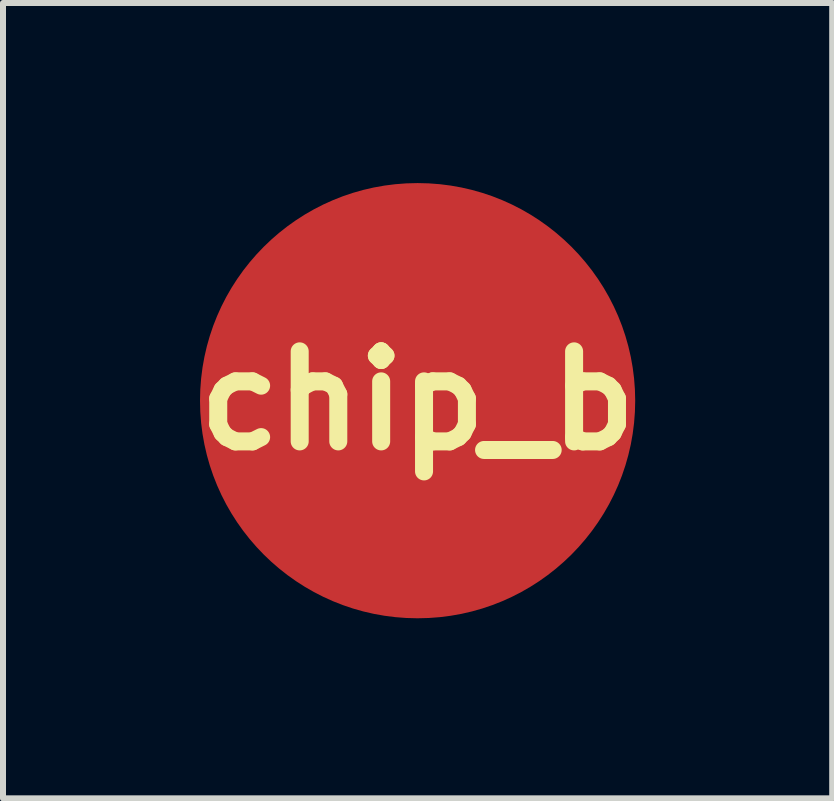
<source format=kicad_pcb>
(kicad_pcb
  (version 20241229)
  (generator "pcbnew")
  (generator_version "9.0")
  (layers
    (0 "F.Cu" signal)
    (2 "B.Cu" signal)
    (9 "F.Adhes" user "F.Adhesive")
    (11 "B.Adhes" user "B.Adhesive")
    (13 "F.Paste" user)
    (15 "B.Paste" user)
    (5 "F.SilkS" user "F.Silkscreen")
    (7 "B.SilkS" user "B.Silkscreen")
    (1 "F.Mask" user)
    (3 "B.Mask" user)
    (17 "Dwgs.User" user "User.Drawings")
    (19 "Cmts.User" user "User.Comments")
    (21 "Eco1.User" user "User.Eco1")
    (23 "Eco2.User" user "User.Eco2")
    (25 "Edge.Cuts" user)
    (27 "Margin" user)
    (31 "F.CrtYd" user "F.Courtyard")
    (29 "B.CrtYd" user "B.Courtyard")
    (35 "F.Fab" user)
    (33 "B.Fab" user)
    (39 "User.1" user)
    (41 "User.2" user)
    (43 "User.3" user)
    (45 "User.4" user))
  (footprint "chip_b"
    (layer "F.Cu")
    (at 3.907 3.625)
    (property "Reference" "chip_b" (at 0 0 0) (layer "F.SilkS") (effects (font (size 1.5 1.5) (thickness 0.3))))
    (attr board_only exclude_from_pos_files exclude_from_bom)
    (fp_poly (pts (xy 0.08 -3.498) (xy 0.198 -3.494) (xy 0.242 -3.491) (xy 0.358 -3.481) (xy 0.474 -3.468) (xy 0.59 -3.45) (xy 0.704 -3.429) (xy 0.818 -3.403) (xy 0.931 -3.374) (xy 1.043 -3.341) (xy 1.154 -3.305) (xy 1.263 -3.265) (xy 1.371 -3.221) (xy 1.478 -3.173) (xy 1.583 -3.122) (xy 1.686 -3.068) (xy 1.709 -3.054) (xy 1.811 -2.995) (xy 1.91 -2.933) (xy 2.007 -2.867) (xy 2.102 -2.798) (xy 2.195 -2.726) (xy 2.286 -2.65) (xy 2.298 -2.64) (xy 2.342 -2.601) (xy 2.388 -2.559) (xy 2.434 -2.514) (xy 2.48 -2.469) (xy 2.525 -2.423) (xy 2.569 -2.377) (xy 2.61 -2.332) (xy 2.617 -2.324) (xy 2.693 -2.236) (xy 2.766 -2.145) (xy 2.836 -2.052) (xy 2.903 -1.956) (xy 2.966 -1.858) (xy 3.027 -1.758) (xy 3.084 -1.657) (xy 3.137 -1.553) (xy 3.187 -1.448) (xy 3.212 -1.392) (xy 3.257 -1.284) (xy 3.298 -1.175) (xy 3.335 -1.065) (xy 3.368 -0.954) (xy 3.398 -0.843) (xy 3.424 -0.73) (xy 3.446 -0.616) (xy 3.464 -0.503) (xy 3.479 -0.388) (xy 3.489 -0.273) (xy 3.497 -0.158) (xy 3.5 -0.043) (xy 3.499 0.072) (xy 3.495 0.187) (xy 3.487 0.302) (xy 3.476 0.417) (xy 3.46 0.531) (xy 3.441 0.645) (xy 3.418 0.758) (xy 3.391 0.87) (xy 3.361 0.982) (xy 3.326 1.093) (xy 3.288 1.203) (xy 3.252 1.296) (xy 3.207 1.405) (xy 3.158 1.511) (xy 3.105 1.616) (xy 3.05 1.719) (xy 2.991 1.82) (xy 2.928 1.918) (xy 2.862 2.015) (xy 2.794 2.109) (xy 2.722 2.201) (xy 2.647 2.291) (xy 2.569 2.377) (xy 2.488 2.462) (xy 2.405 2.544) (xy 2.318 2.623) (xy 2.229 2.699) (xy 2.137 2.772) (xy 2.043 2.843) (xy 2.034 2.849) (xy 1.937 2.916) (xy 1.838 2.979) (xy 1.737 3.039) (xy 1.635 3.095) (xy 1.531 3.148) (xy 1.426 3.197) (xy 1.319 3.243) (xy 1.211 3.285) (xy 1.101 3.323) (xy 0.991 3.358) (xy 0.879 3.389) (xy 0.766 3.416) (xy 0.652 3.439) (xy 0.537 3.459) (xy 0.422 3.475) (xy 0.306 3.487) (xy 0.189 3.495) (xy 0.072 3.499) (xy -0.046 3.5) (xy -0.124 3.498) (xy -0.242 3.492) (xy -0.359 3.482) (xy -0.476 3.468) (xy -0.592 3.45) (xy -0.707 3.429) (xy -0.821 3.403) (xy -0.935 3.374) (xy -1.047 3.34) (xy -1.159 3.303) (xy -1.269 3.263) (xy -1.379 3.218) (xy -1.463 3.181) (xy -1.478 3.174) (xy -1.496 3.165) (xy -1.517 3.155) (xy -1.539 3.144) (xy -1.562 3.132) (xy -1.585 3.121) (xy -1.608 3.109) (xy -1.63 3.098) (xy -1.65 3.087) (xy -1.668 3.078) (xy -1.68 3.071) (xy -1.78 3.014) (xy -1.877 2.954) (xy -1.972 2.892) (xy -2.064 2.827) (xy -2.154 2.759) (xy -2.242 2.688) (xy -2.328 2.613) (xy -2.392 2.555) (xy -2.405 2.542) (xy -2.421 2.527) (xy -2.438 2.511) (xy -2.456 2.492) (xy -2.475 2.473) (xy -2.495 2.454) (xy -2.514 2.435) (xy -2.532 2.416) (xy -2.549 2.398) (xy -2.564 2.382) (xy -2.577 2.368) (xy -2.583 2.362) (xy -2.66 2.274) (xy -2.735 2.184) (xy -2.805 2.093) (xy -2.872 2) (xy -2.936 1.905) (xy -2.997 1.808) (xy -3.054 1.709) (xy -3.11 1.606) (xy -3.162 1.502) (xy -3.21 1.396) (xy -3.255 1.288) (xy -3.296 1.18) (xy -3.333 1.07) (xy -3.367 0.958) (xy -3.396 0.846) (xy -3.423 0.733) (xy -3.445 0.619) (xy -3.463 0.504) (xy -3.478 0.389) (xy -3.489 0.272) (xy -3.496 0.156) (xy -3.499 0.039) (xy -3.499 -0.018) (xy -3.058 -0.018) (xy -3.057 0.092) (xy -3.052 0.202) (xy -3.042 0.311) (xy -3.029 0.421) (xy -3.013 0.526) (xy -2.993 0.632) (xy -2.968 0.738) (xy -2.94 0.843) (xy -2.909 0.947) (xy -2.873 1.05) (xy -2.834 1.151) (xy -2.791 1.251) (xy -2.745 1.349) (xy -2.696 1.446) (xy -2.643 1.54) (xy -2.586 1.633) (xy -2.526 1.724) (xy -2.463 1.813) (xy -2.397 1.899) (xy -2.328 1.983) (xy -2.285 2.032) (xy -2.239 2.082) (xy -2.192 2.132) (xy -2.143 2.182) (xy -2.093 2.229) (xy -2.044 2.275) (xy -2.027 2.29) (xy -1.959 2.349) (xy -1.888 2.406) (xy -1.814 2.462) (xy -1.739 2.516) (xy -1.662 2.568) (xy -1.584 2.617) (xy -1.565 2.629) (xy -1.533 2.647) (xy -1.499 2.666) (xy -1.463 2.686) (xy -1.426 2.706) (xy -1.388 2.726) (xy -1.35 2.745) (xy -1.313 2.763) (xy -1.278 2.779) (xy -1.246 2.794) (xy -1.242 2.796) (xy -1.142 2.838) (xy -1.041 2.877) (xy -0.94 2.912) (xy -0.838 2.943) (xy -0.735 2.97) (xy -0.632 2.993) (xy -0.527 3.013) (xy -0.421 3.03) (xy -0.419 3.03) (xy -0.38 3.035) (xy -0.341 3.04) (xy -0.302 3.044) (xy -0.263 3.048) (xy -0.223 3.051) (xy -0.18 3.053) (xy -0.135 3.056) (xy -0.118 3.057) (xy -0.11 3.057) (xy -0.098 3.057) (xy -0.083 3.057) (xy -0.065 3.057) (xy -0.046 3.058) (xy -0.026 3.058) (xy -0.004 3.058) (xy 0.017 3.058) (xy 0.039 3.057) (xy 0.059 3.057) (xy 0.079 3.057) (xy 0.097 3.057) (xy 0.112 3.057) (xy 0.125 3.056) (xy 0.134 3.056) (xy 0.245 3.049) (xy 0.356 3.038) (xy 0.465 3.023) (xy 0.573 3.005) (xy 0.681 2.983) (xy 0.787 2.957) (xy 0.892 2.927) (xy 0.995 2.893) (xy 1.098 2.856) (xy 1.199 2.815) (xy 1.299 2.77) (xy 1.397 2.722) (xy 1.494 2.67) (xy 1.5 2.666) (xy 1.595 2.611) (xy 1.687 2.552) (xy 1.776 2.49) (xy 1.864 2.426) (xy 1.949 2.358) (xy 2.031 2.287) (xy 2.111 2.214) (xy 2.188 2.137) (xy 2.262 2.059) (xy 2.334 1.977) (xy 2.402 1.894) (xy 2.468 1.807) (xy 2.53 1.719) (xy 2.59 1.629) (xy 2.646 1.536) (xy 2.699 1.441) (xy 2.748 1.345) (xy 2.794 1.246) (xy 2.837 1.146) (xy 2.863 1.08) (xy 2.899 0.977) (xy 2.932 0.874) (xy 2.961 0.769) (xy 2.987 0.664) (xy 3.008 0.558) (xy 3.026 0.451) (xy 3.04 0.342) (xy 3.05 0.233) (xy 3.056 0.127) (xy 3.057 0.113) (xy 3.057 0.096) (xy 3.057 0.076) (xy 3.058 0.053) (xy 3.058 0.03) (xy 3.058 0.005) (xy 3.057 -0.021) (xy 3.057 -0.046) (xy 3.057 -0.071) (xy 3.057 -0.095) (xy 3.056 -0.117) (xy 3.056 -0.137) (xy 3.055 -0.155) (xy 3.055 -0.169) (xy 3.054 -0.176) (xy 3.048 -0.252) (xy 3.041 -0.325) (xy 3.033 -0.395) (xy 3.024 -0.464) (xy 3.013 -0.531) (xy 3 -0.599) (xy 2.987 -0.659) (xy 2.963 -0.762) (xy 2.936 -0.862) (xy 2.905 -0.961) (xy 2.871 -1.058) (xy 2.833 -1.155) (xy 2.792 -1.251) (xy 2.746 -1.346) (xy 2.738 -1.362) (xy 2.691 -1.453) (xy 2.642 -1.541) (xy 2.59 -1.627) (xy 2.536 -1.71) (xy 2.479 -1.792) (xy 2.418 -1.872) (xy 2.354 -1.952) (xy 2.34 -1.969) (xy 2.288 -2.03) (xy 2.232 -2.09) (xy 2.175 -2.15) (xy 2.115 -2.209) (xy 2.054 -2.265) (xy 1.993 -2.319) (xy 1.983 -2.328) (xy 1.899 -2.398) (xy 1.812 -2.464) (xy 1.723 -2.527) (xy 1.633 -2.587) (xy 1.54 -2.643) (xy 1.446 -2.696) (xy 1.35 -2.745) (xy 1.253 -2.791) (xy 1.154 -2.833) (xy 1.054 -2.872) (xy 0.952 -2.907) (xy 0.849 -2.938) (xy 0.745 -2.966) (xy 0.641 -2.991) (xy 0.535 -3.011) (xy 0.428 -3.028) (xy 0.321 -3.041) (xy 0.213 -3.051) (xy 0.104 -3.056) (xy -0.005 -3.058) (xy -0.114 -3.056) (xy -0.223 -3.05) (xy -0.333 -3.04) (xy -0.343 -3.039) (xy -0.452 -3.025) (xy -0.559 -3.007) (xy -0.666 -2.985) (xy -0.771 -2.96) (xy -0.876 -2.931) (xy -0.979 -2.898) (xy -1.081 -2.861) (xy -1.182 -2.821) (xy -1.281 -2.778) (xy -1.378 -2.73) (xy -1.474 -2.68) (xy -1.568 -2.626) (xy -1.66 -2.569) (xy -1.75 -2.508) (xy -1.838 -2.444) (xy -1.924 -2.377) (xy -2.008 -2.306) (xy -2.089 -2.233) (xy -2.141 -2.183) (xy -2.218 -2.105) (xy -2.292 -2.024) (xy -2.363 -1.94) (xy -2.431 -1.854) (xy -2.496 -1.767) (xy -2.558 -1.677) (xy -2.616 -1.585) (xy -2.671 -1.491) (xy -2.722 -1.395) (xy -2.77 -1.297) (xy -2.814 -1.198) (xy -2.855 -1.097) (xy -2.892 -0.995) (xy -2.926 -0.891) (xy -2.956 -0.786) (xy -2.982 -0.68) (xy -2.984 -0.67) (xy -3.006 -0.563) (xy -3.024 -0.455) (xy -3.039 -0.346) (xy -3.049 -0.237) (xy -3.055 -0.127) (xy -3.058 -0.018) (xy -3.499 -0.018) (xy -3.499 -0.079) (xy -3.494 -0.197) (xy -3.486 -0.305) (xy -3.474 -0.422) (xy -3.458 -0.538) (xy -3.439 -0.653) (xy -3.415 -0.767) (xy -3.388 -0.88) (xy -3.357 -0.992) (xy -3.322 -1.103) (xy -3.284 -1.212) (xy -3.241 -1.321) (xy -3.196 -1.427) (xy -3.147 -1.533) (xy -3.094 -1.636) (xy -3.038 -1.738) (xy -2.978 -1.838) (xy -2.915 -1.937) (xy -2.849 -2.033) (xy -2.779 -2.127) (xy -2.714 -2.209) (xy -2.638 -2.299) (xy -2.56 -2.386) (xy -2.478 -2.471) (xy -2.394 -2.552) (xy -2.308 -2.63) (xy -2.219 -2.706) (xy -2.128 -2.778) (xy -2.034 -2.848) (xy -1.938 -2.914) (xy -1.84 -2.977) (xy -1.74 -3.037) (xy -1.638 -3.093) (xy -1.534 -3.146) (xy -1.429 -3.195) (xy -1.321 -3.241) (xy -1.212 -3.284) (xy -1.188 -3.293) (xy -1.077 -3.331) (xy -0.965 -3.365) (xy -0.851 -3.395) (xy -0.737 -3.422) (xy -0.623 -3.444) (xy -0.507 -3.463) (xy -0.391 -3.478) (xy -0.274 -3.489) (xy -0.157 -3.496) (xy -0.039 -3.499)) (stroke (width 0) (type solid)) (fill yes) (layer "F.Mask"))
    (fp_poly (pts (xy 0.829 -2.63) (xy 0.85 -2.625) (xy 0.871 -2.616) (xy 0.89 -2.604) (xy 0.898 -2.598) (xy 0.911 -2.586) (xy 0.923 -2.57) (xy 0.932 -2.552) (xy 0.94 -2.534) (xy 0.943 -2.521) (xy 0.944 -2.514) (xy 0.945 -2.507) (xy 0.946 -2.5) (xy 0.946 -2.491) (xy 0.946 -2.479) (xy 0.945 -2.465) (xy 0.945 -2.463) (xy 0.942 -2.402) (xy 0.934 -2.343) (xy 0.922 -2.283) (xy 0.907 -2.225) (xy 0.888 -2.167) (xy 0.879 -2.144) (xy 0.875 -2.132) (xy 0.87 -2.121) (xy 0.866 -2.112) (xy 0.863 -2.105) (xy 0.861 -2.101) (xy 0.859 -2.096) (xy 0.857 -2.092) (xy 0.857 -2.091) (xy 0.86 -2.091) (xy 0.865 -2.092) (xy 0.871 -2.094) (xy 0.872 -2.094) (xy 0.902 -2.106) (xy 0.93 -2.122) (xy 0.956 -2.14) (xy 0.98 -2.162) (xy 1.001 -2.186) (xy 1.019 -2.213) (xy 1.034 -2.242) (xy 1.042 -2.26) (xy 1.052 -2.281) (xy 1.065 -2.3) (xy 1.081 -2.316) (xy 1.098 -2.329) (xy 1.118 -2.339) (xy 1.14 -2.346) (xy 1.162 -2.349) (xy 1.179 -2.35) (xy 1.202 -2.346) (xy 1.223 -2.34) (xy 1.243 -2.33) (xy 1.261 -2.317) (xy 1.277 -2.301) (xy 1.29 -2.282) (xy 1.3 -2.262) (xy 1.302 -2.256) (xy 1.305 -2.249) (xy 1.306 -2.243) (xy 1.307 -2.237) (xy 1.308 -2.23) (xy 1.308 -2.221) (xy 1.308 -2.212) (xy 1.308 -2.201) (xy 1.307 -2.193) (xy 1.307 -2.185) (xy 1.305 -2.177) (xy 1.303 -2.169) (xy 1.299 -2.159) (xy 1.295 -2.147) (xy 1.289 -2.135) (xy 1.27 -2.095) (xy 1.248 -2.057) (xy 1.222 -2.02) (xy 1.193 -1.986) (xy 1.162 -1.953) (xy 1.128 -1.924) (xy 1.096 -1.9) (xy 1.056 -1.875) (xy 1.016 -1.855) (xy 0.974 -1.837) (xy 0.931 -1.823) (xy 0.885 -1.813) (xy 0.872 -1.81) (xy 0.861 -1.809) (xy 0.85 -1.807) (xy 0.836 -1.806) (xy 0.821 -1.806) (xy 0.802 -1.805) (xy 0.801 -1.805) (xy 0.778 -1.805) (xy 0.758 -1.805) (xy 0.74 -1.806) (xy 0.724 -1.807) (xy 0.707 -1.809) (xy 0.689 -1.812) (xy 0.686 -1.813) (xy 0.663 -1.817) (xy 0.641 -1.798) (xy 0.623 -1.781) (xy 0.603 -1.765) (xy 0.584 -1.75) (xy 0.567 -1.736) (xy 0.56 -1.731) (xy 0.553 -1.726) (xy 0.548 -1.722) (xy 0.545 -1.719) (xy 0.545 -1.718) (xy 0.547 -1.717) (xy 0.553 -1.716) (xy 0.561 -1.713) (xy 0.571 -1.71) (xy 0.583 -1.707) (xy 0.592 -1.704) (xy 0.679 -1.678) (xy 0.765 -1.647) (xy 0.849 -1.613) (xy 0.932 -1.575) (xy 1.012 -1.534) (xy 1.091 -1.49) (xy 1.168 -1.442) (xy 1.243 -1.391) (xy 1.316 -1.337) (xy 1.387 -1.279) (xy 1.455 -1.219) (xy 1.521 -1.156) (xy 1.584 -1.09) (xy 1.644 -1.021) (xy 1.702 -0.95) (xy 1.739 -0.899) (xy 1.791 -0.825) (xy 1.84 -0.747) (xy 1.885 -0.668) (xy 1.927 -0.587) (xy 1.966 -0.504) (xy 2.001 -0.419) (xy 2.033 -0.334) (xy 2.056 -0.262) (xy 2.08 -0.176) (xy 2.1 -0.088) (xy 2.117 0.001) (xy 2.13 0.09) (xy 2.14 0.18) (xy 2.145 0.271) (xy 2.147 0.362) (xy 2.145 0.452) (xy 2.139 0.543) (xy 2.135 0.587) (xy 2.133 0.611) (xy 2.284 0.669) (xy 2.308 0.679) (xy 2.331 0.688) (xy 2.353 0.696) (xy 2.374 0.704) (xy 2.393 0.712) (xy 2.409 0.719) (xy 2.424 0.724) (xy 2.436 0.729) (xy 2.444 0.733) (xy 2.45 0.735) (xy 2.451 0.736) (xy 2.472 0.749) (xy 2.49 0.765) (xy 2.506 0.783) (xy 2.518 0.805) (xy 2.528 0.829) (xy 2.529 0.831) (xy 2.531 0.837) (xy 2.532 0.843) (xy 2.533 0.85) (xy 2.533 0.858) (xy 2.533 0.869) (xy 2.533 0.877) (xy 2.533 0.889) (xy 2.533 0.899) (xy 2.532 0.906) (xy 2.531 0.912) (xy 2.53 0.918) (xy 2.529 0.922) (xy 2.519 0.946) (xy 2.507 0.968) (xy 2.491 0.987) (xy 2.473 1.003) (xy 2.453 1.016) (xy 2.45 1.018) (xy 2.443 1.021) (xy 2.433 1.025) (xy 2.419 1.03) (xy 2.404 1.036) (xy 2.385 1.044) (xy 2.365 1.052) (xy 2.342 1.061) (xy 2.317 1.07) (xy 2.291 1.081) (xy 2.264 1.091) (xy 2.236 1.102) (xy 2.209 1.113) (xy 2.18 1.124) (xy 2.152 1.135) (xy 2.126 1.145) (xy 2.1 1.155) (xy 2.077 1.164) (xy 2.055 1.173) (xy 2.036 1.18) (xy 2.018 1.187) (xy 2.004 1.193) (xy 1.992 1.198) (xy 1.983 1.201) (xy 1.978 1.203) (xy 1.976 1.204) (xy 1.975 1.207) (xy 1.972 1.212) (xy 1.968 1.22) (xy 1.963 1.23) (xy 1.958 1.241) (xy 1.956 1.245) (xy 1.918 1.326) (xy 1.876 1.405) (xy 1.83 1.483) (xy 1.781 1.559) (xy 1.728 1.634) (xy 1.673 1.706) (xy 1.642 1.743) (xy 1.624 1.765) (xy 1.606 1.785) (xy 1.588 1.805) (xy 1.569 1.825) (xy 1.548 1.847) (xy 1.526 1.869) (xy 1.518 1.877) (xy 1.476 1.919) (xy 1.434 1.958) (xy 1.392 1.995) (xy 1.349 2.03) (xy 1.305 2.065) (xy 1.258 2.099) (xy 1.209 2.134) (xy 1.205 2.137) (xy 1.173 2.159) (xy 1.101 2.346) (xy 1.09 2.372) (xy 1.081 2.398) (xy 1.071 2.422) (xy 1.062 2.446) (xy 1.053 2.467) (xy 1.046 2.487) (xy 1.039 2.504) (xy 1.033 2.519) (xy 1.028 2.531) (xy 1.024 2.54) (xy 1.021 2.546) (xy 1.02 2.548) (xy 1.013 2.56) (xy 1.002 2.573) (xy 0.991 2.585) (xy 0.979 2.596) (xy 0.973 2.6) (xy 0.953 2.612) (xy 0.932 2.621) (xy 0.91 2.626) (xy 0.886 2.628) (xy 0.882 2.628) (xy 0.856 2.626) (xy 0.832 2.621) (xy 0.811 2.613) (xy 0.79 2.601) (xy 0.771 2.585) (xy 0.769 2.583) (xy 0.763 2.577) (xy 0.758 2.571) (xy 0.753 2.564) (xy 0.748 2.557) (xy 0.744 2.549) (xy 0.739 2.54) (xy 0.734 2.528) (xy 0.728 2.514) (xy 0.721 2.497) (xy 0.713 2.477) (xy 0.71 2.469) (xy 0.682 2.396) (xy 0.655 2.405) (xy 0.57 2.43) (xy 0.484 2.452) (xy 0.397 2.47) (xy 0.309 2.484) (xy 0.22 2.495) (xy 0.13 2.502) (xy 0.04 2.506) (xy -0.05 2.506) (xy -0.14 2.502) (xy -0.23 2.494) (xy -0.319 2.483) (xy -0.362 2.476) (xy -0.437 2.462) (xy -0.512 2.445) (xy -0.587 2.425) (xy -0.65 2.406) (xy -0.659 2.404) (xy -0.667 2.401) (xy -0.672 2.4) (xy -0.675 2.4) (xy -0.675 2.4) (xy -0.676 2.402) (xy -0.678 2.407) (xy -0.681 2.415) (xy -0.686 2.426) (xy -0.691 2.439) (xy -0.696 2.454) (xy -0.703 2.47) (xy -0.706 2.478) (xy -0.713 2.495) (xy -0.719 2.512) (xy -0.726 2.527) (xy -0.731 2.541) (xy -0.736 2.553) (xy -0.74 2.562) (xy -0.743 2.568) (xy -0.744 2.569) (xy -0.751 2.579) (xy -0.761 2.591) (xy -0.771 2.602) (xy -0.783 2.612) (xy -0.794 2.621) (xy -0.799 2.624) (xy -0.807 2.628) (xy -0.817 2.633) (xy -0.827 2.637) (xy -0.831 2.638) (xy -0.84 2.641) (xy -0.848 2.642) (xy -0.855 2.644) (xy -0.865 2.644) (xy -0.876 2.645) (xy -0.891 2.645) (xy -0.904 2.644) (xy -0.914 2.643) (xy -0.914 2.643) (xy -0.938 2.635) (xy -0.961 2.625) (xy -0.981 2.611) (xy -0.998 2.595) (xy -1.013 2.576) (xy -1.023 2.559) (xy -1.024 2.556) (xy -1.027 2.549) (xy -1.031 2.539) (xy -1.037 2.526) (xy -1.043 2.51) (xy -1.05 2.492) (xy -1.058 2.472) (xy -1.066 2.451) (xy -1.075 2.428) (xy -1.085 2.403) (xy -1.094 2.378) (xy -1.096 2.375) (xy -1.106 2.349) (xy -1.115 2.324) (xy -1.125 2.3) (xy -1.133 2.277) (xy -1.142 2.256) (xy -1.149 2.236) (xy -1.156 2.219) (xy -1.162 2.204) (xy -1.167 2.192) (xy -1.17 2.183) (xy -1.172 2.177) (xy -1.172 2.177) (xy -1.182 2.152) (xy -1.213 2.131) (xy -1.283 2.081) (xy -1.351 2.028) (xy -1.417 1.972) (xy -1.481 1.913) (xy -1.543 1.851) (xy -1.603 1.787) (xy -1.66 1.721) (xy -1.701 1.67) (xy -1.743 1.612) (xy -1.784 1.553) (xy -1.824 1.491) (xy -1.862 1.428) (xy -1.897 1.365) (xy -1.929 1.302) (xy -1.959 1.24) (xy -1.962 1.233) (xy -1.975 1.203) (xy -2.209 1.112) (xy -2.246 1.098) (xy -2.28 1.085) (xy -2.311 1.073) (xy -2.34 1.061) (xy -2.366 1.051) (xy -2.389 1.042) (xy -2.409 1.034) (xy -2.425 1.027) (xy -2.439 1.022) (xy -2.449 1.017) (xy -2.455 1.014) (xy -2.458 1.013) (xy -2.478 0.999) (xy -2.495 0.982) (xy -2.509 0.963) (xy -2.52 0.942) (xy -2.528 0.92) (xy -2.533 0.896) (xy -2.534 0.871) (xy -2.534 0.867) (xy -2.53 0.842) (xy -2.524 0.818) (xy -2.513 0.796) (xy -2.5 0.776) (xy -2.483 0.758) (xy -2.464 0.743) (xy -2.448 0.734) (xy -2.445 0.733) (xy -2.438 0.73) (xy -2.429 0.726) (xy -2.416 0.721) (xy -2.401 0.715) (xy -2.384 0.708) (xy -2.365 0.701) (xy -2.344 0.693) (xy -2.322 0.684) (xy -2.299 0.675) (xy -2.286 0.67) (xy -2.263 0.661) (xy -2.241 0.653) (xy -2.22 0.644) (xy -2.2 0.637) (xy -2.183 0.63) (xy -2.167 0.624) (xy -2.155 0.619) (xy -2.144 0.615) (xy -2.137 0.612) (xy -2.133 0.611) (xy -2.133 0.61) (xy -2.133 0.608) (xy -2.133 0.603) (xy -2.134 0.595) (xy -2.135 0.586) (xy -2.135 0.585) (xy -2.137 0.565) (xy -2.139 0.546) (xy -2.14 0.529) (xy -2.142 0.511) (xy -2.143 0.494) (xy -2.143 0.475) (xy -2.144 0.455) (xy -2.144 0.434) (xy -2.145 0.41) (xy -2.145 0.383) (xy -2.145 0.359) (xy -2.145 0.33) (xy -2.145 0.305) (xy -2.144 0.283) (xy -2.144 0.263) (xy -2.143 0.244) (xy -2.143 0.227) (xy -2.142 0.21) (xy -2.14 0.193) (xy -2.139 0.175) (xy -2.137 0.156) (xy -2.135 0.136) (xy -2.133 0.117) (xy -2.121 0.026) (xy -2.105 -0.063) (xy -2.087 -0.141) (xy -0.624 -0.141) (xy -0.623 -0.125) (xy -0.621 -0.112) (xy -0.618 -0.099) (xy -0.613 -0.086) (xy -0.608 -0.073) (xy -0.603 -0.064) (xy -0.598 -0.057) (xy -0.593 -0.05) (xy -0.586 -0.043) (xy -0.58 -0.037) (xy -0.563 -0.022) (xy -0.545 -0.01) (xy -0.526 -0.001) (xy -0.515 0.002) (xy -0.501 0.005) (xy -0.485 0.006) (xy -0.469 0.006) (xy -0.453 0.005) (xy -0.44 0.002) (xy -0.42 -0.004) (xy -0.402 -0.013) (xy -0.385 -0.026) (xy -0.374 -0.037) (xy -0.361 -0.05) (xy -0.361 -0.051) (xy -0.178 -0.051) (xy -0.178 -0.035) (xy -0.175 -0.017) (xy -0.171 0.001) (xy -0.165 0.019) (xy -0.156 0.037) (xy -0.148 0.051) (xy -0.14 0.062) (xy -0.129 0.074) (xy -0.117 0.086) (xy -0.104 0.096) (xy -0.093 0.104) (xy -0.089 0.106) (xy -0.075 0.113) (xy -0.059 0.12) (xy -0.043 0.125) (xy -0.028 0.128) (xy -0.026 0.129) (xy -0.013 0.13) (xy 0.003 0.13) (xy 0.019 0.129) (xy 0.035 0.127) (xy 0.044 0.125) (xy 0.053 0.122) (xy 0.065 0.118) (xy 0.075 0.113) (xy 0.078 0.112) (xy 0.101 0.099) (xy 0.121 0.083) (xy 0.138 0.065) (xy 0.153 0.043) (xy 0.16 0.031) (xy 0.167 0.015) (xy 0.172 0.002) (xy 0.175 -0.012) (xy 0.177 -0.026) (xy 0.178 -0.038) (xy 0.178 -0.047) (xy 0.178 -0.054) (xy 0.178 -0.06) (xy 0.176 -0.065) (xy 0.175 -0.069) (xy 0.168 -0.08) (xy 0.158 -0.09) (xy 0.146 -0.098) (xy 0.133 -0.102) (xy 0.124 -0.103) (xy 0.111 -0.101) (xy 0.099 -0.096) (xy 0.088 -0.089) (xy 0.079 -0.079) (xy 0.075 -0.071) (xy 0.073 -0.065) (xy 0.071 -0.057) (xy 0.069 -0.047) (xy 0.069 -0.046) (xy 0.066 -0.03) (xy 0.062 -0.019) (xy 0.054 -0.005) (xy 0.043 0.006) (xy 0.03 0.014) (xy 0.016 0.018) (xy 0.002 0.02) (xy -0.013 0.019) (xy -0.027 0.015) (xy -0.04 0.007) (xy -0.05 -0.001) (xy -0.059 -0.013) (xy -0.065 -0.027) (xy -0.068 -0.042) (xy -0.069 -0.048) (xy -0.07 -0.057) (xy -0.072 -0.065) (xy -0.074 -0.071) (xy -0.074 -0.072) (xy -0.082 -0.084) (xy -0.092 -0.093) (xy -0.104 -0.099) (xy -0.118 -0.102) (xy -0.132 -0.102) (xy -0.14 -0.1) (xy -0.152 -0.095) (xy -0.162 -0.086) (xy -0.171 -0.076) (xy -0.176 -0.064) (xy -0.178 -0.051) (xy -0.361 -0.051) (xy -0.352 -0.063) (xy -0.344 -0.076) (xy -0.338 -0.092) (xy -0.336 -0.096) (xy -0.334 -0.103) (xy -0.332 -0.109) (xy -0.331 -0.115) (xy -0.331 -0.123) (xy -0.33 -0.132) (xy -0.33 -0.14) (xy -0.33 -0.141) (xy 0.33 -0.141) (xy 0.331 -0.125) (xy 0.333 -0.111) (xy 0.336 -0.098) (xy 0.341 -0.084) (xy 0.346 -0.074) (xy 0.358 -0.054) (xy 0.373 -0.036) (xy 0.391 -0.021) (xy 0.412 -0.009) (xy 0.435 0.000409) (xy 0.443 0.003) (xy 0.453 0.005) (xy 0.465 0.006) (xy 0.479 0.006) (xy 0.493 0.005) (xy 0.506 0.004) (xy 0.514 0.002) (xy 0.537 -0.006) (xy 0.557 -0.017) (xy 0.576 -0.031) (xy 0.592 -0.048) (xy 0.605 -0.067) (xy 0.616 -0.089) (xy 0.619 -0.099) (xy 0.621 -0.106) (xy 0.622 -0.113) (xy 0.623 -0.12) (xy 0.624 -0.13) (xy 0.624 -0.141) (xy 0.624 -0.153) (xy 0.623 -0.162) (xy 0.622 -0.169) (xy 0.621 -0.176) (xy 0.619 -0.182) (xy 0.61 -0.206) (xy 0.598 -0.226) (xy 0.582 -0.244) (xy 0.564 -0.26) (xy 0.545 -0.272) (xy 0.526 -0.28) (xy 0.506 -0.285) (xy 0.485 -0.288) (xy 0.478 -0.288) (xy 0.461 -0.287) (xy 0.445 -0.285) (xy 0.43 -0.281) (xy 0.414 -0.274) (xy 0.411 -0.272) (xy 0.402 -0.268) (xy 0.394 -0.263) (xy 0.387 -0.258) (xy 0.38 -0.251) (xy 0.374 -0.245) (xy 0.365 -0.236) (xy 0.359 -0.229) (xy 0.354 -0.222) (xy 0.35 -0.215) (xy 0.346 -0.208) (xy 0.34 -0.193) (xy 0.335 -0.18) (xy 0.332 -0.168) (xy 0.331 -0.154) (xy 0.33 -0.141) (xy -0.33 -0.141) (xy -0.33 -0.152) (xy -0.331 -0.161) (xy -0.331 -0.168) (xy -0.333 -0.175) (xy -0.334 -0.181) (xy -0.335 -0.182) (xy -0.344 -0.206) (xy -0.356 -0.226) (xy -0.372 -0.244) (xy -0.39 -0.26) (xy -0.409 -0.272) (xy -0.428 -0.28) (xy -0.448 -0.285) (xy -0.469 -0.288) (xy -0.476 -0.288) (xy -0.494 -0.287) (xy -0.51 -0.285) (xy -0.526 -0.28) (xy -0.542 -0.273) (xy -0.543 -0.272) (xy -0.552 -0.268) (xy -0.559 -0.263) (xy -0.566 -0.258) (xy -0.574 -0.252) (xy -0.58 -0.245) (xy -0.589 -0.236) (xy -0.595 -0.229) (xy -0.6 -0.222) (xy -0.604 -0.215) (xy -0.608 -0.208) (xy -0.614 -0.193) (xy -0.619 -0.181) (xy -0.622 -0.168) (xy -0.623 -0.154) (xy -0.624 -0.141) (xy -2.087 -0.141) (xy -2.085 -0.152) (xy -2.062 -0.24) (xy -2.034 -0.326) (xy -2.003 -0.412) (xy -1.969 -0.496) (xy -1.931 -0.578) (xy -1.89 -0.659) (xy -1.845 -0.738) (xy -1.796 -0.816) (xy -1.745 -0.891) (xy -1.69 -0.964) (xy -1.632 -1.035) (xy -1.615 -1.054) (xy -1.553 -1.122) (xy -1.488 -1.187) (xy -1.42 -1.25) (xy -1.35 -1.309) (xy -1.278 -1.365) (xy -1.202 -1.419) (xy -1.125 -1.469) (xy -1.045 -1.515) (xy -0.964 -1.559) (xy -0.958 -1.562) (xy -0.877 -1.6) (xy -0.795 -1.635) (xy -0.711 -1.667) (xy -0.626 -1.694) (xy -0.567 -1.711) (xy -0.558 -1.714) (xy -0.551 -1.716) (xy -0.546 -1.718) (xy -0.544 -1.718) (xy -0.545 -1.72) (xy -0.549 -1.723) (xy -0.555 -1.728) (xy -0.563 -1.734) (xy -0.57 -1.739) (xy -0.587 -1.752) (xy -0.605 -1.767) (xy -0.624 -1.783) (xy -0.645 -1.802) (xy -0.651 -1.807) (xy -0.662 -1.817) (xy -0.68 -1.814) (xy -0.706 -1.81) (xy -0.735 -1.807) (xy -0.765 -1.805) (xy -0.795 -1.804) (xy -0.824 -1.805) (xy -0.85 -1.808) (xy -0.85 -1.808) (xy -0.897 -1.815) (xy -0.941 -1.827) (xy -0.985 -1.842) (xy -1.026 -1.86) (xy -1.066 -1.881) (xy -1.104 -1.906) (xy -1.139 -1.933) (xy -1.172 -1.964) (xy -1.203 -1.997) (xy -1.231 -2.032) (xy -1.256 -2.07) (xy -1.277 -2.111) (xy -1.294 -2.148) (xy -1.301 -2.167) (xy -1.306 -2.184) (xy -1.308 -2.2) (xy -1.308 -2.216) (xy -1.308 -2.22) (xy -1.305 -2.243) (xy -1.298 -2.265) (xy -1.288 -2.285) (xy -1.274 -2.303) (xy -1.258 -2.319) (xy -1.239 -2.332) (xy -1.231 -2.336) (xy -1.209 -2.345) (xy -1.186 -2.349) (xy -1.164 -2.35) (xy -1.141 -2.347) (xy -1.119 -2.34) (xy -1.109 -2.335) (xy -1.092 -2.325) (xy -1.076 -2.312) (xy -1.063 -2.298) (xy -1.051 -2.28) (xy -1.041 -2.258) (xy -1.038 -2.253) (xy -1.027 -2.228) (xy -1.015 -2.206) (xy -1.001 -2.186) (xy -0.984 -2.167) (xy -0.973 -2.157) (xy -0.953 -2.138) (xy -0.931 -2.123) (xy -0.908 -2.11) (xy -0.907 -2.109) (xy -0.898 -2.105) (xy -0.889 -2.101) (xy -0.879 -2.097) (xy -0.871 -2.094) (xy -0.864 -2.092) (xy -0.859 -2.091) (xy -0.858 -2.091) (xy -0.858 -2.093) (xy -0.86 -2.098) (xy -0.863 -2.105) (xy -0.867 -2.114) (xy -0.87 -2.122) (xy -0.89 -2.173) (xy -0.907 -2.226) (xy -0.921 -2.28) (xy -0.932 -2.335) (xy -0.94 -2.39) (xy -0.944 -2.445) (xy -0.945 -2.477) (xy -0.945 -2.494) (xy -0.944 -2.507) (xy -0.943 -2.518) (xy -0.942 -2.527) (xy -0.939 -2.536) (xy -0.936 -2.544) (xy -0.932 -2.553) (xy -0.92 -2.573) (xy -0.905 -2.591) (xy -0.888 -2.606) (xy -0.869 -2.617) (xy -0.848 -2.626) (xy -0.825 -2.63) (xy -0.801 -2.631) (xy -0.8 -2.631) (xy -0.778 -2.628) (xy -0.756 -2.621) (xy -0.736 -2.612) (xy -0.718 -2.599) (xy -0.702 -2.583) (xy -0.689 -2.565) (xy -0.679 -2.545) (xy -0.674 -2.53) (xy -0.673 -2.524) (xy -0.672 -2.517) (xy -0.671 -2.508) (xy -0.67 -2.497) (xy -0.669 -2.483) (xy -0.668 -2.472) (xy -0.665 -2.426) (xy -0.66 -2.383) (xy -0.652 -2.342) (xy -0.641 -2.301) (xy -0.628 -2.262) (xy -0.611 -2.222) (xy -0.602 -2.201) (xy -0.585 -2.167) (xy -0.581 -2.172) (xy -0.567 -2.19) (xy -0.555 -2.207) (xy -0.546 -2.223) (xy -0.543 -2.228) (xy -0.53 -2.258) (xy -0.52 -2.288) (xy -0.515 -2.318) (xy -0.512 -2.348) (xy -0.514 -2.377) (xy -0.515 -2.391) (xy -0.517 -2.403) (xy -0.52 -2.415) (xy -0.523 -2.427) (xy -0.528 -2.442) (xy -0.529 -2.446) (xy -0.532 -2.456) (xy -0.534 -2.464) (xy -0.535 -2.472) (xy -0.536 -2.48) (xy -0.536 -2.491) (xy -0.536 -2.505) (xy -0.535 -2.518) (xy -0.532 -2.529) (xy -0.528 -2.54) (xy -0.523 -2.553) (xy -0.522 -2.554) (xy -0.517 -2.563) (xy -0.513 -2.571) (xy -0.508 -2.577) (xy -0.501 -2.585) (xy -0.496 -2.59) (xy -0.482 -2.603) (xy -0.468 -2.613) (xy -0.452 -2.62) (xy -0.436 -2.626) (xy -0.423 -2.629) (xy -0.407 -2.63) (xy -0.39 -2.63) (xy -0.375 -2.629) (xy -0.365 -2.627) (xy -0.344 -2.619) (xy -0.324 -2.609) (xy -0.306 -2.595) (xy -0.291 -2.579) (xy -0.279 -2.561) (xy -0.276 -2.556) (xy -0.27 -2.541) (xy -0.264 -2.524) (xy -0.257 -2.504) (xy -0.252 -2.482) (xy -0.247 -2.459) (xy -0.242 -2.436) (xy -0.242 -2.43) (xy -0.24 -2.415) (xy -0.238 -2.396) (xy -0.237 -2.375) (xy -0.237 -2.354) (xy -0.237 -2.332) (xy -0.238 -2.312) (xy -0.239 -2.294) (xy -0.241 -2.28) (xy -0.249 -2.233) (xy -0.262 -2.187) (xy -0.278 -2.143) (xy -0.297 -2.101) (xy -0.32 -2.061) (xy -0.346 -2.023) (xy -0.375 -1.987) (xy -0.387 -1.974) (xy -0.402 -1.958) (xy -0.382 -1.944) (xy -0.338 -1.916) (xy -0.293 -1.892) (xy -0.247 -1.871) (xy -0.2 -1.854) (xy -0.151 -1.841) (xy -0.134 -1.838) (xy -0.115 -1.834) (xy -0.098 -1.831) (xy -0.082 -1.829) (xy -0.066 -1.827) (xy -0.049 -1.826) (xy -0.03 -1.826) (xy -0.009 -1.826) (xy 0 -1.826) (xy 0.019 -1.826) (xy 0.036 -1.826) (xy 0.05 -1.826) (xy 0.062 -1.827) (xy 0.074 -1.828) (xy 0.087 -1.83) (xy 0.101 -1.832) (xy 0.113 -1.834) (xy 0.158 -1.843) (xy 0.203 -1.855) (xy 0.247 -1.871) (xy 0.29 -1.89) (xy 0.332 -1.912) (xy 0.372 -1.936) (xy 0.384 -1.945) (xy 0.403 -1.958) (xy 0.386 -1.976) (xy 0.362 -2.004) (xy 0.34 -2.032) (xy 0.321 -2.061) (xy 0.303 -2.091) (xy 0.293 -2.111) (xy 0.274 -2.154) (xy 0.259 -2.198) (xy 0.248 -2.243) (xy 0.241 -2.288) (xy 0.237 -2.334) (xy 0.237 -2.38) (xy 0.242 -2.426) (xy 0.25 -2.472) (xy 0.252 -2.48) (xy 0.256 -2.496) (xy 0.261 -2.513) (xy 0.266 -2.528) (xy 0.271 -2.542) (xy 0.275 -2.553) (xy 0.278 -2.558) (xy 0.29 -2.577) (xy 0.305 -2.593) (xy 0.323 -2.607) (xy 0.342 -2.619) (xy 0.364 -2.627) (xy 0.365 -2.627) (xy 0.377 -2.629) (xy 0.391 -2.63) (xy 0.406 -2.63) (xy 0.42 -2.629) (xy 0.432 -2.627) (xy 0.434 -2.627) (xy 0.456 -2.619) (xy 0.476 -2.608) (xy 0.493 -2.594) (xy 0.508 -2.578) (xy 0.52 -2.56) (xy 0.529 -2.541) (xy 0.535 -2.52) (xy 0.537 -2.498) (xy 0.536 -2.475) (xy 0.531 -2.452) (xy 0.53 -2.447) (xy 0.525 -2.431) (xy 0.521 -2.417) (xy 0.518 -2.405) (xy 0.516 -2.392) (xy 0.515 -2.379) (xy 0.514 -2.364) (xy 0.514 -2.363) (xy 0.514 -2.333) (xy 0.518 -2.305) (xy 0.524 -2.278) (xy 0.533 -2.251) (xy 0.538 -2.238) (xy 0.543 -2.229) (xy 0.549 -2.219) (xy 0.555 -2.208) (xy 0.562 -2.198) (xy 0.568 -2.188) (xy 0.574 -2.18) (xy 0.58 -2.174) (xy 0.583 -2.17) (xy 0.585 -2.17) (xy 0.587 -2.171) (xy 0.59 -2.176) (xy 0.594 -2.183) (xy 0.599 -2.193) (xy 0.604 -2.204) (xy 0.609 -2.215) (xy 0.615 -2.227) (xy 0.618 -2.236) (xy 0.635 -2.281) (xy 0.649 -2.327) (xy 0.659 -2.373) (xy 0.666 -2.422) (xy 0.669 -2.472) (xy 0.669 -2.475) (xy 0.67 -2.494) (xy 0.671 -2.509) (xy 0.673 -2.521) (xy 0.676 -2.533) (xy 0.679 -2.543) (xy 0.684 -2.553) (xy 0.685 -2.556) (xy 0.697 -2.575) (xy 0.711 -2.592) (xy 0.728 -2.606) (xy 0.746 -2.617) (xy 0.766 -2.625) (xy 0.786 -2.63) (xy 0.807 -2.631)) (stroke (width 0) (type solid)) (fill yes) (layer "F.Mask"))
    (pad "1" smd circle (at 0 0) (size 7.25 7.25) (layers "F.Cu")))
  (gr_rect
    (start -3 -3)
    (end 10.814 10.25)
    (stroke (width 0.1) (type default))
    (fill no)
    (layer "Edge.Cuts")))
</source>
